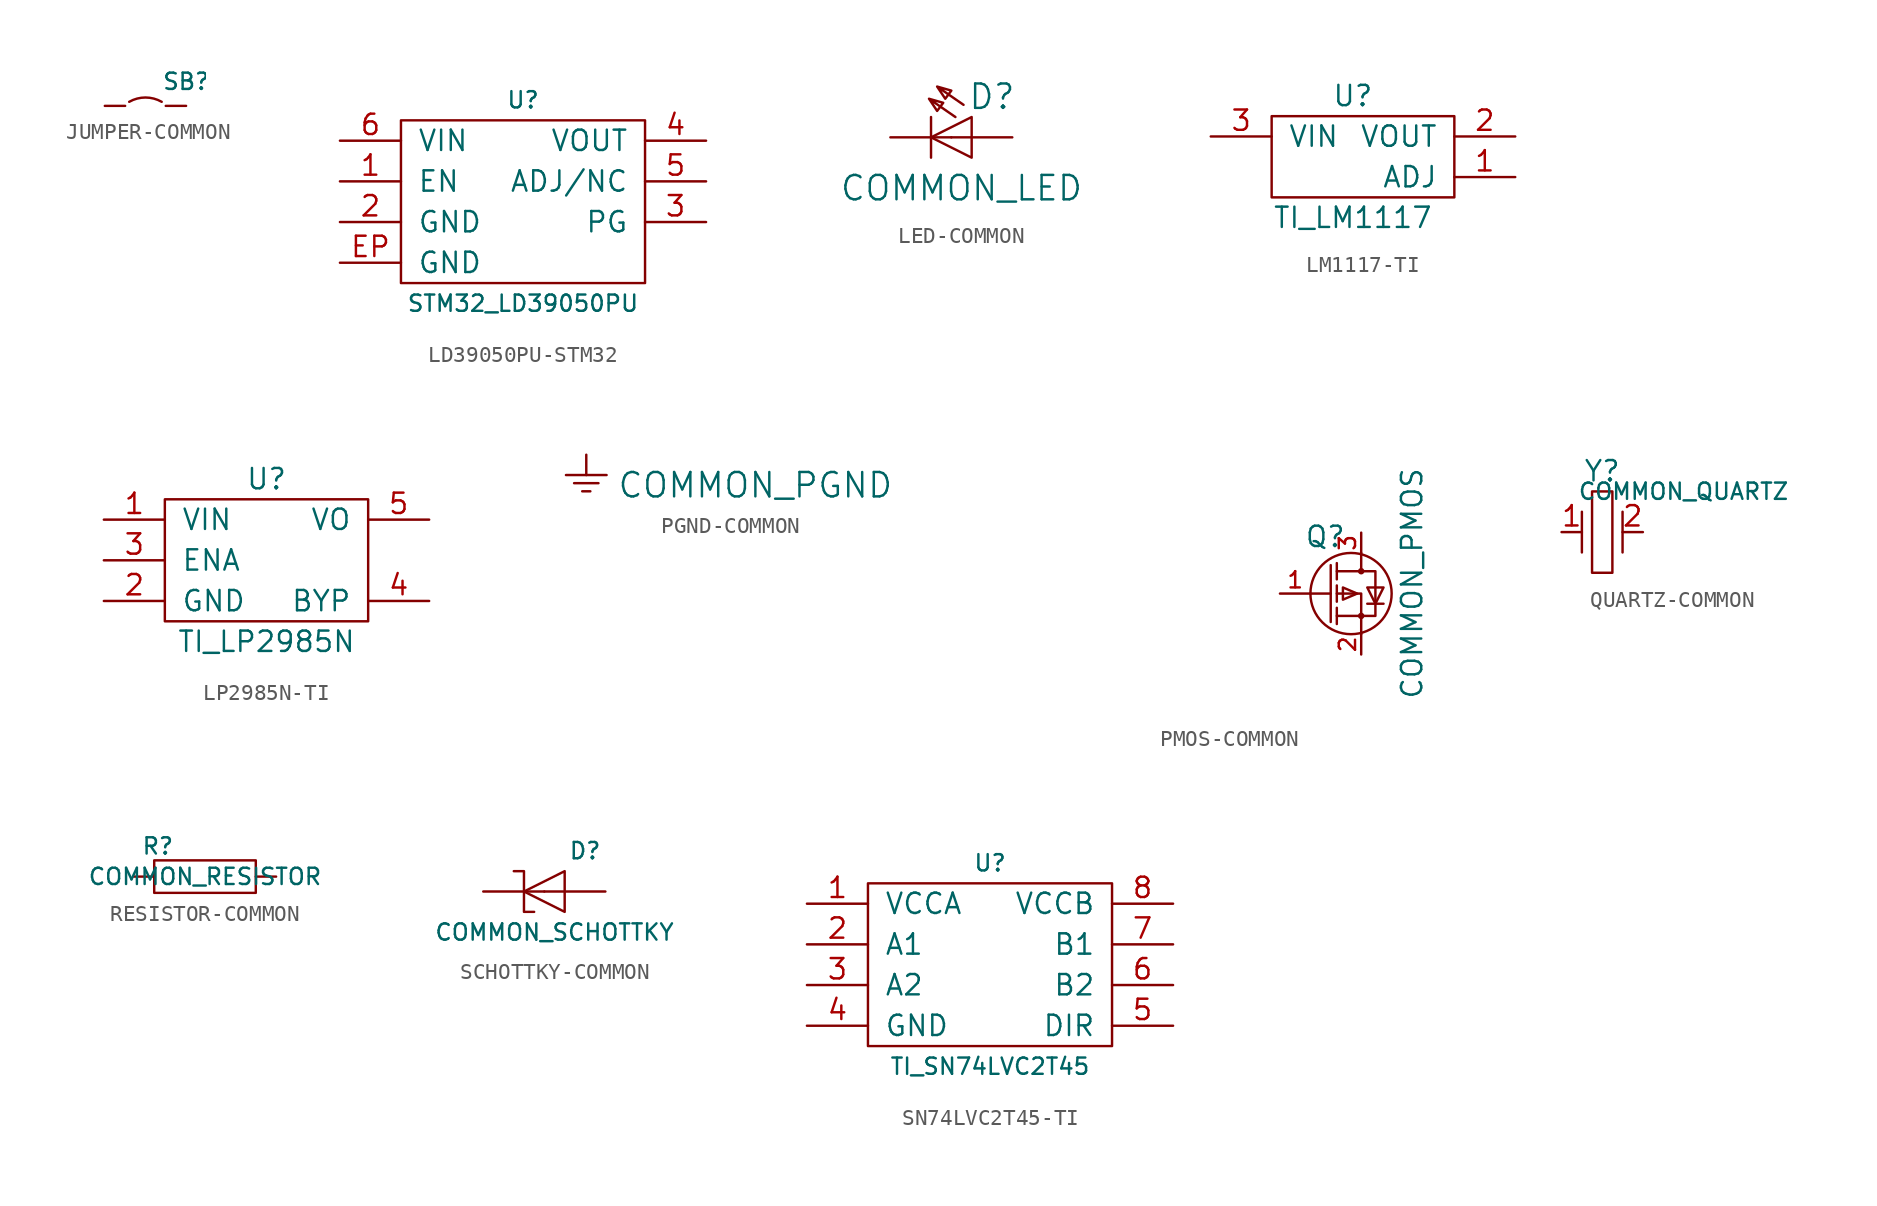
<source format=kicad_sym>
(kicad_symbol_lib
  (version 20231120)
  (generator "kicad_symbol_editor")
  (generator_version "8.0")
  (symbol "JUMPER-COMMON"
    (pin_numbers hide)
    (pin_names
      (offset 0) hide)
    (property "Reference" "SB"
      (at 3.556 1.524 0)
      (effects (font (size 1.016 1.016)) (justify left)))
    (symbol "JUMPER-COMMON_0_1"
      (arc (start 3.556 0.254) (mid 2.54 0.5238) (end 1.524 0.254) (stroke (width 0) (type solid)) (fill (type none))))
    (symbol "JUMPER-COMMON_1_1"
      (pin unspecified line (at 0 0 0) (length 1.27) (name "J1" (effects (font (size 1.27 1.27)))) (number "1" (effects (font (size 1.27 1.27)))))
      (pin unspecified line (at 5.08 0 180) (length 1.27) (name "J2" (effects (font (size 1.27 1.27)))) (number "2" (effects (font (size 1.27 1.27)))))))
  (symbol "LD39050PU-STM32"
    (pin_names
      (offset 1.016))
    (property "Reference" "U"
      (at 11.43 2.54 0)
      (effects (font (size 1.016 1.016))))
    (property "Value" "STM32_LD39050PU"
      (at 11.43 -10.16 0)
      (effects (font (size 1.016 1.016))))
    (symbol "LD39050PU-STM32_0_1"
      (rectangle (start 3.81 1.27) (end 19.05 -8.89) (stroke (width 0) (type solid)) (fill (type none))))
    (symbol "LD39050PU-STM32_1_1"
      (pin input line (at 0 -2.54 0) (length 3.81) (name "EN" (effects (font (size 1.27 1.27)))) (number "1" (effects (font (size 1.27 1.27)))))
      (pin power_in line (at 0 -5.08 0) (length 3.81) (name "GND" (effects (font (size 1.27 1.27)))) (number "2" (effects (font (size 1.27 1.27)))))
      (pin output line (at 22.86 -5.08 180) (length 3.81) (name "PG" (effects (font (size 1.27 1.27)))) (number "3" (effects (font (size 1.27 1.27)))))
      (pin power_out line (at 22.86 0 180) (length 3.81) (name "VOUT" (effects (font (size 1.27 1.27)))) (number "4" (effects (font (size 1.27 1.27)))))
      (pin input line (at 22.86 -2.54 180) (length 3.81) (name "ADJ/NC" (effects (font (size 1.27 1.27)))) (number "5" (effects (font (size 1.27 1.27)))))
      (pin power_in line (at 0 0 0) (length 3.81) (name "VIN" (effects (font (size 1.27 1.27)))) (number "6" (effects (font (size 1.27 1.27)))))
      (pin power_in line (at 0 -7.62 0) (length 3.81) (name "GND" (effects (font (size 1.27 1.27)))) (number "EP" (effects (font (size 1.27 1.27)))))))
  (symbol "LED-COMMON"
    (pin_numbers hide)
    (pin_names
      (offset 1.016) hide)
    (property "Reference" "D"
      (at 6.35 2.54 0)
      (effects (font (size 1.524 1.524))))
    (property "Value" "COMMON_LED"
      (at 4.445 -3.175 0)
      (effects (font (size 1.524 1.524))))
    (property "Footprint" ""
      (at 0 0 0)
      (effects (font (size 1.524 1.524))))
    (property "Datasheet" ""
      (at 0 0 0)
      (effects (font (size 1.524 1.524))))
    (symbol "LED-COMMON_0_1"
      (polyline (pts (xy 2.54 1.27) (xy 2.54 -1.27)) (stroke (width 0) (type solid)) (fill (type none)))
      (polyline (pts (xy 2.54 0) (xy 5.08 1.27) (xy 5.08 -1.27) (xy 2.54 0)) (stroke (width 0) (type solid)) (fill (type none)))
      (polyline (pts (xy 4.572 2.032) (xy 2.921 3.175) (xy 3.429 2.413) (xy 3.81 2.921) (xy 2.921 3.175)) (stroke (width 0) (type solid)) (fill (type none))))
    (symbol "LED-COMMON_1_1"
      (polyline (pts (xy 4.064 1.27) (xy 2.413 2.413) (xy 2.921 1.651) (xy 3.302 2.159) (xy 2.413 2.413)) (stroke (width 0) (type solid)) (fill (type none)))
      (pin unspecified line (at 7.62 0 180) (length 3.81) (name "A" (effects (font (size 1.27 1.27)))) (number "A" (effects (font (size 1.27 1.27)))))
      (pin unspecified line (at 0 0 0) (length 3.81) (name "K" (effects (font (size 1.27 1.27)))) (number "K" (effects (font (size 1.27 1.27)))))))
  (symbol "LM1117-TI"
    (pin_names
      (offset 1.016))
    (property "Reference" "U"
      (at 8.89 2.54 0)
      (effects (font (size 1.27 1.27))))
    (property "Value" "TI_LM1117"
      (at 8.89 -5.08 0)
      (effects (font (size 1.27 1.27))))
    (property "Footprint" ""
      (at 0 0 0)
      (effects (font (size 1.27 1.27))))
    (property "Datasheet" ""
      (at 0 0 0)
      (effects (font (size 1.27 1.27))))
    (symbol "LM1117-TI_0_1"
      (rectangle (start 3.81 1.27) (end 15.24 -3.81) (stroke (width 0) (type solid)) (fill (type none))))
    (symbol "LM1117-TI_1_1"
      (pin passive line (at 19.05 -2.54 180) (length 3.81) (name "ADJ" (effects (font (size 1.27 1.27)))) (number "1" (effects (font (size 1.27 1.27)))))
      (pin power_in line (at 19.05 0 180) (length 3.81) (name "VOUT" (effects (font (size 1.27 1.27)))) (number "2" (effects (font (size 1.27 1.27)))))
      (pin power_in line (at 0 0 0) (length 3.81) (name "VIN" (effects (font (size 1.27 1.27)))) (number "3" (effects (font (size 1.27 1.27)))))))
  (symbol "LP2985N-TI"
    (pin_names
      (offset 1.016))
    (property "Reference" "U"
      (at 10.16 2.54 0)
      (effects (font (size 1.27 1.27))))
    (property "Value" "TI_LP2985N"
      (at 10.16 -7.62 0)
      (effects (font (size 1.27 1.27))))
    (property "Footprint" ""
      (at 0 0 0)
      (effects (font (size 1.524 1.524))))
    (property "Datasheet" ""
      (at 0 0 0)
      (effects (font (size 1.524 1.524))))
    (symbol "LP2985N-TI_0_1"
      (rectangle (start 3.81 1.27) (end 16.51 -6.35) (stroke (width 0) (type solid)) (fill (type none))))
    (symbol "LP2985N-TI_1_1"
      (pin power_in line (at 0 0 0) (length 3.81) (name "VIN" (effects (font (size 1.27 1.27)))) (number "1" (effects (font (size 1.27 1.27)))))
      (pin power_in line (at 0 -5.08 0) (length 3.81) (name "GND" (effects (font (size 1.27 1.27)))) (number "2" (effects (font (size 1.27 1.27)))))
      (pin input line (at 0 -2.54 0) (length 3.81) (name "ENA" (effects (font (size 1.27 1.27)))) (number "3" (effects (font (size 1.27 1.27)))))
      (pin passive line (at 20.32 -5.08 180) (length 3.81) (name "BYP" (effects (font (size 1.27 1.27)))) (number "4" (effects (font (size 1.27 1.27)))))
      (pin power_out line (at 20.32 0 180) (length 3.81) (name "VO" (effects (font (size 1.27 1.27)))) (number "5" (effects (font (size 1.27 1.27)))))))
  (symbol "PGND-COMMON"
    (power)
    (pin_numbers hide)
    (pin_names
      (offset 1.016) hide)
    (property "Reference" "#P"
      (at 1.905 0 0)
      (effects (font (size 1.524 1.524)) (justify left) (hide yes)))
    (property "Value" "COMMON_PGND"
      (at 1.905 -1.905 0)
      (effects (font (size 1.524 1.524)) (justify left)))
    (property "Footprint" ""
      (at 0 0 0)
      (effects (font (size 1.524 1.524))))
    (property "Datasheet" ""
      (at 0 0 0)
      (effects (font (size 1.524 1.524))))
    (symbol "PGND-COMMON_0_1"
      (polyline (pts (xy -1.27 -1.27) (xy 1.27 -1.27)) (stroke (width 0) (type solid)) (fill (type none)))
      (polyline (pts (xy -0.762 -1.778) (xy 0.762 -1.778)) (stroke (width 0) (type solid)) (fill (type none)))
      (polyline (pts (xy -0.254 -2.286) (xy 0.254 -2.286)) (stroke (width 0) (type solid)) (fill (type none)))
      (polyline (pts (xy 0 0) (xy 0 -1.27)) (stroke (width 0) (type solid)) (fill (type none))))
    (symbol "PGND-COMMON_1_1"
      (pin power_in line (at 0 0 270) (length 0) hide (name "PGND" (effects (font (size 1.27 1.27)))) (number "1" (effects (font (size 1.27 1.27)))))))
  (symbol "PMOS-COMMON"
    (pin_names
      (offset 1.016) hide)
    (property "Reference" "Q"
      (at 1.524 3.556 0)
      (effects (font (size 1.27 1.27)) (justify left)))
    (property "Value" "COMMON_PMOS"
      (at 8.255 0.635 90)
      (effects (font (size 1.27 1.27))))
    (property "Footprint" ""
      (at -15.24 7.62 0)
      (effects (font (size 1.524 1.524))))
    (property "Datasheet" ""
      (at -15.24 7.62 0)
      (effects (font (size 1.524 1.524))))
    (symbol "PMOS-COMMON_0_1"
      (polyline (pts (xy 1.905 0) (xy 3.175 0)) (stroke (width 0) (type solid)) (fill (type none)))
      (polyline (pts (xy 3.175 1.778) (xy 3.175 -1.778)) (stroke (width 0) (type solid)) (fill (type none)))
      (polyline (pts (xy 3.556 -1.905) (xy 3.556 -0.889)) (stroke (width 0) (type solid)) (fill (type none)))
      (polyline (pts (xy 3.556 0.508) (xy 3.556 -0.508)) (stroke (width 0) (type solid)) (fill (type none)))
      (polyline (pts (xy 3.556 1.905) (xy 3.556 0.889)) (stroke (width 0) (type solid)) (fill (type none)))
      (polyline (pts (xy 5.461 -0.635) (xy 6.477 -0.635)) (stroke (width 0) (type solid)) (fill (type none)))
      (polyline (pts (xy 3.556 0) (xy 5.08 0) (xy 5.08 -1.524)) (stroke (width 0) (type solid)) (fill (type none)))
      (polyline (pts (xy 5.08 -2.54) (xy 5.08 -1.397) (xy 3.556 -1.397)) (stroke (width 0) (type solid)) (fill (type none)))
      (polyline (pts (xy 5.08 2.54) (xy 5.08 1.397) (xy 3.556 1.397)) (stroke (width 0) (type solid)) (fill (type none)))
      (polyline (pts (xy 4.826 0) (xy 3.937 0.381) (xy 3.937 -0.381) (xy 4.826 0)) (stroke (width 0) (type solid)) (fill (type none)))
      (polyline (pts (xy 5.08 -1.397) (xy 5.969 -1.397) (xy 5.969 1.397) (xy 4.953 1.397)) (stroke (width 0) (type solid)) (fill (type none)))
      (polyline (pts (xy 6.477 0.381) (xy 5.461 0.381) (xy 5.969 -0.635) (xy 6.477 0.381)) (stroke (width 0) (type solid)) (fill (type none)))
      (circle (center 4.445 0) (radius 2.54) (stroke (width 0) (type solid)) (fill (type none)))
      (circle (center 5.08 -1.397) (radius 0.127) (stroke (width 0) (type solid)) (fill (type none)))
      (circle (center 5.08 1.397) (radius 0.127) (stroke (width 0) (type solid)) (fill (type none))))
    (symbol "PMOS-COMMON_1_1"
      (pin unspecified line (at 0 0 0) (length 1.905) (name "G" (effects (font (size 1.27 1.27)))) (number "1" (effects (font (size 1.016 1.016)))))
      (pin unspecified line (at 5.08 -3.81 90) (length 1.27) (name "S" (effects (font (size 1.27 1.27)))) (number "2" (effects (font (size 1.016 1.016)))))
      (pin unspecified line (at 5.08 3.81 270) (length 1.27) (name "D" (effects (font (size 1.27 1.27)))) (number "3" (effects (font (size 1.016 1.016)))))))
  (symbol "QUARTZ-COMMON"
    (pin_names
      (offset 1.016) hide)
    (property "Reference" "Y"
      (at 2.54 3.81 0)
      (effects (font (size 1.27 1.27))))
    (property "Value" "COMMON_QUARTZ"
      (at 7.62 2.54 0)
      (effects (font (size 1.016 1.016))))
    (property "Footprint" ""
      (at 0 0 0)
      (effects (font (size 1.524 1.524))))
    (property "Datasheet" ""
      (at 0 0 0)
      (effects (font (size 1.524 1.524))))
    (symbol "QUARTZ-COMMON_0_1"
      (polyline (pts (xy 1.27 1.27) (xy 1.27 -1.27)) (stroke (width 0) (type solid)) (fill (type none)))
      (polyline (pts (xy 3.81 1.27) (xy 3.81 -1.27)) (stroke (width 0) (type solid)) (fill (type none)))
      (polyline (pts (xy 1.905 2.54) (xy 1.905 -2.54) (xy 3.175 -2.54) (xy 3.175 2.54) (xy 1.905 2.54)) (stroke (width 0) (type solid)) (fill (type none))))
    (symbol "QUARTZ-COMMON_1_1"
      (pin unspecified line (at 0 0 0) (length 1.27) (name "Q1" (effects (font (size 1.27 1.27)))) (number "1" (effects (font (size 1.27 1.27)))))
      (pin unspecified line (at 5.08 0 180) (length 1.27) (name "Q2" (effects (font (size 1.27 1.27)))) (number "2" (effects (font (size 1.27 1.27)))))))
  (symbol "RESISTOR-COMMON"
    (pin_numbers hide)
    (pin_names
      (offset 0) hide)
    (property "Reference" "R"
      (at 2.54 1.905 0)
      (effects (font (size 1.016 1.016)) (justify right)))
    (property "Value" "COMMON_RESISTOR"
      (at 4.445 0 0)
      (effects (font (size 1.016 1.016))))
    (symbol "RESISTOR-COMMON_0_1"
      (polyline (pts (xy 1.27 1.016) (xy 1.27 -1.016) (xy 7.62 -1.016) (xy 7.62 1.016) (xy 1.27 1.016)) (stroke (width 0) (type solid)) (fill (type none))))
    (symbol "RESISTOR-COMMON_1_1"
      (pin unspecified line (at 0 0 0) (length 1.27) (name "R1" (effects (font (size 1.27 1.27)))) (number "1" (effects (font (size 1.27 1.27)))))
      (pin unspecified line (at 8.89 0 180) (length 1.27) (name "R2" (effects (font (size 1.27 1.27)))) (number "2" (effects (font (size 1.27 1.27)))))))
  (symbol "SCHOTTKY-COMMON"
    (pin_numbers hide)
    (pin_names
      (offset 1.016) hide)
    (property "Reference" "D"
      (at 6.35 2.54 0)
      (effects (font (size 1.016 1.016))))
    (property "Value" "COMMON_SCHOTTKY"
      (at 4.445 -2.54 0)
      (effects (font (size 1.016 1.016))))
    (property "Footprint" ""
      (at 0 0 0)
      (effects (font (size 1.524 1.524))))
    (property "Datasheet" ""
      (at 0 0 0)
      (effects (font (size 1.524 1.524))))
    (symbol "SCHOTTKY-COMMON_0_1"
      (polyline (pts (xy 2.54 0) (xy 5.08 1.27) (xy 5.08 -1.27) (xy 2.54 0)) (stroke (width 0) (type solid)) (fill (type none)))
      (polyline (pts (xy 3.175 -1.27) (xy 2.54 -1.27) (xy 2.54 1.27) (xy 1.905 1.27)) (stroke (width 0) (type solid)) (fill (type none))))
    (symbol "SCHOTTKY-COMMON_1_1"
      (pin unspecified line (at 0 0 0) (length 3.81) (name "K" (effects (font (size 1.27 1.27)))) (number "1" (effects (font (size 1.27 1.27)))))
      (pin unspecified line (at 7.62 0 180) (length 3.81) (name "A" (effects (font (size 1.27 1.27)))) (number "2" (effects (font (size 1.27 1.27)))))))
  (symbol "SN74LVC2T45-TI"
    (pin_names
      (offset 1.016))
    (property "Reference" "U"
      (at 11.43 2.54 0)
      (effects (font (size 1.016 1.016))))
    (property "Value" "TI_SN74LVC2T45"
      (at 11.43 -10.16 0)
      (effects (font (size 1.016 1.016))))
    (symbol "SN74LVC2T45-TI_0_1"
      (rectangle (start 3.81 1.27) (end 19.05 -8.89) (stroke (width 0) (type solid)) (fill (type none))))
    (symbol "SN74LVC2T45-TI_1_1"
      (pin power_in line (at 0 0 0) (length 3.81) (name "VCCA" (effects (font (size 1.27 1.27)))) (number "1" (effects (font (size 1.27 1.27)))))
      (pin bidirectional line (at 0 -2.54 0) (length 3.81) (name "A1" (effects (font (size 1.27 1.27)))) (number "2" (effects (font (size 1.27 1.27)))))
      (pin bidirectional line (at 0 -5.08 0) (length 3.81) (name "A2" (effects (font (size 1.27 1.27)))) (number "3" (effects (font (size 1.27 1.27)))))
      (pin power_in line (at 0 -7.62 0) (length 3.81) (name "GND" (effects (font (size 1.27 1.27)))) (number "4" (effects (font (size 1.27 1.27)))))
      (pin input line (at 22.86 -7.62 180) (length 3.81) (name "DIR" (effects (font (size 1.27 1.27)))) (number "5" (effects (font (size 1.27 1.27)))))
      (pin bidirectional line (at 22.86 -5.08 180) (length 3.81) (name "B2" (effects (font (size 1.27 1.27)))) (number "6" (effects (font (size 1.27 1.27)))))
      (pin bidirectional line (at 22.86 -2.54 180) (length 3.81) (name "B1" (effects (font (size 1.27 1.27)))) (number "7" (effects (font (size 1.27 1.27)))))
      (pin power_in line (at 22.86 0 180) (length 3.81) (name "VCCB" (effects (font (size 1.27 1.27)))) (number "8" (effects (font (size 1.27 1.27))))))))
</source>
